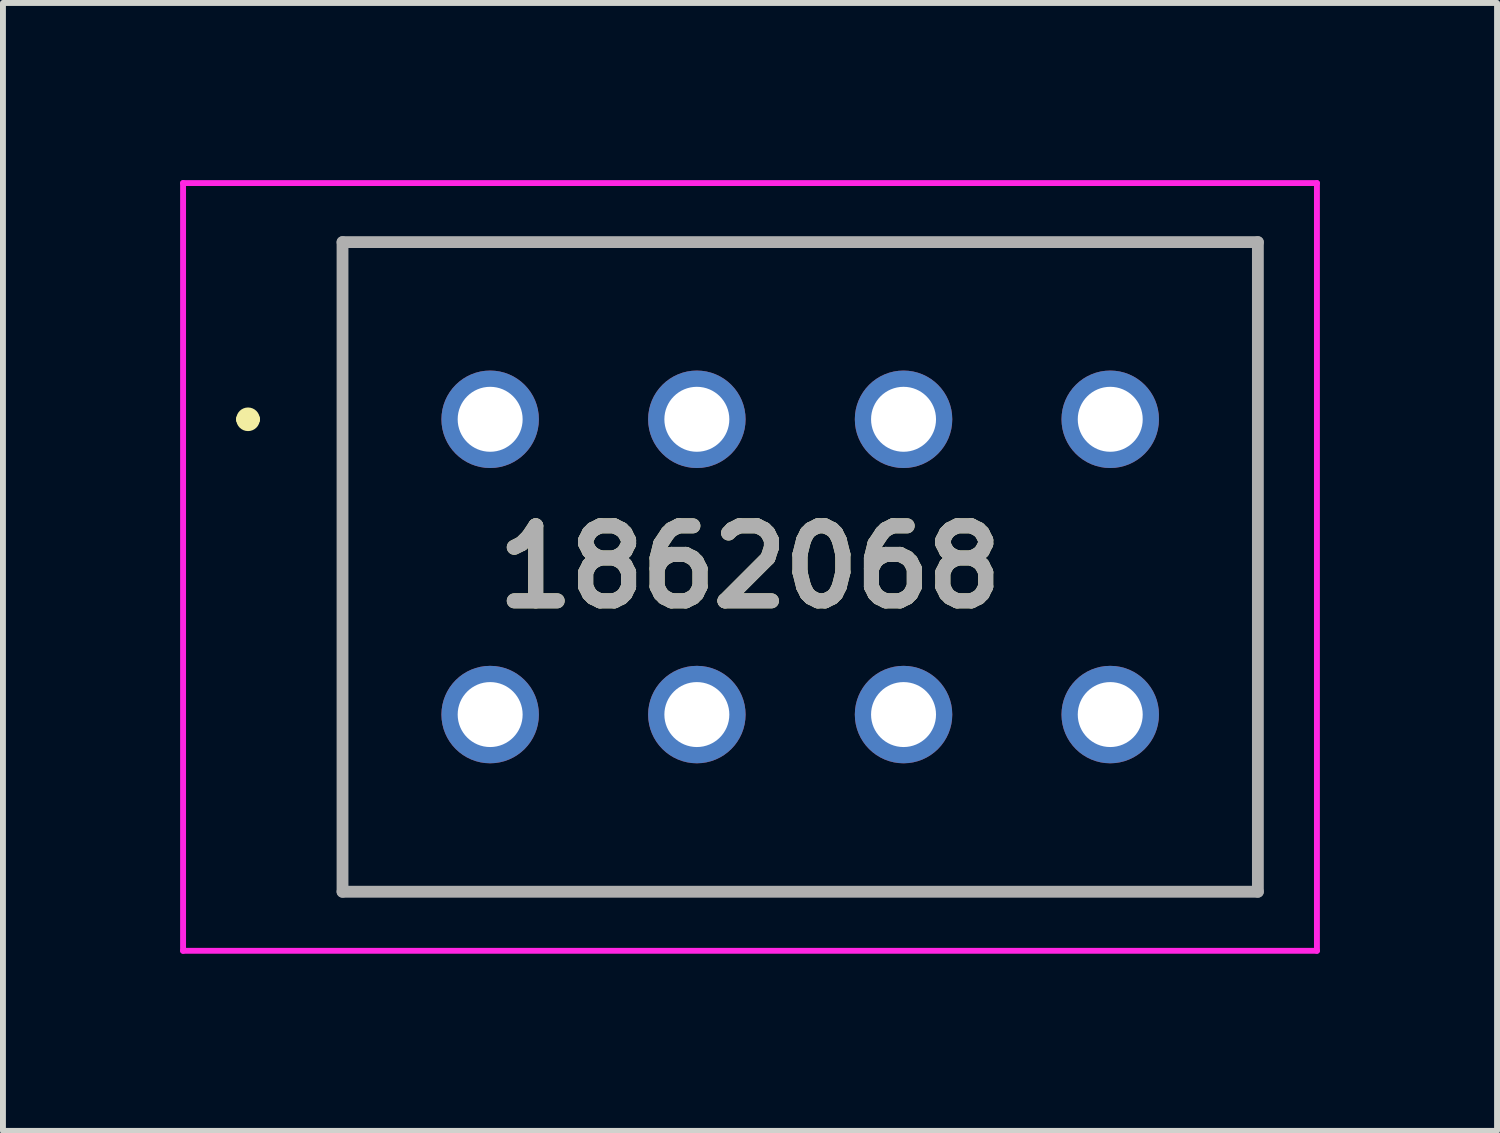
<source format=kicad_pcb>
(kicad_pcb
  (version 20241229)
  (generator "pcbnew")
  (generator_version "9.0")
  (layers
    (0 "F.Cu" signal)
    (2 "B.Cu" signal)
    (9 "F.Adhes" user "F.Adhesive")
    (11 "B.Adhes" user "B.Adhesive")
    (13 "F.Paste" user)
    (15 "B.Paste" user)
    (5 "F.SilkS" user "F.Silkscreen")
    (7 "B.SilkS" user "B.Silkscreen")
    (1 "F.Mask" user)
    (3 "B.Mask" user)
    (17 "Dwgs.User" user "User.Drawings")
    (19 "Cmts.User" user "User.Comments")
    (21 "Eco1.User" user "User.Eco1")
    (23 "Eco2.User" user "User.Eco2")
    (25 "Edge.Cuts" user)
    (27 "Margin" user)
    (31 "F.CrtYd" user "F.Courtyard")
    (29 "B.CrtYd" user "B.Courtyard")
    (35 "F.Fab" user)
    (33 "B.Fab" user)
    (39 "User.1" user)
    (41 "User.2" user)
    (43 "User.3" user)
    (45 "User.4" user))
  (footprint "1862068"
    (layer "F.Cu")
    (at 5.25 4.05)
    (property "Reference" "1862068" (at 4.4 2.5 0) (layer "F.SilkS") (effects (font (size 1.27 1.27) (thickness 0.254))))
    (attr through_hole)
    (fp_line (start -4.2 0) (end -4.2 0) (stroke (width 0.2) (type solid)) (layer "F.SilkS"))
    (fp_line (start -4 0) (end -4 0) (stroke (width 0.2) (type solid)) (layer "F.SilkS"))
    (fp_line (start -2.5 -3) (end 13 -3) (stroke (width 0.1) (type solid)) (layer "F.SilkS"))
    (fp_line (start -2.5 8) (end -2.5 -3) (stroke (width 0.1) (type solid)) (layer "F.SilkS"))
    (fp_line (start 13 -3) (end 13 8) (stroke (width 0.1) (type solid)) (layer "F.SilkS"))
    (fp_line (start 13 8) (end -2.5 8) (stroke (width 0.1) (type solid)) (layer "F.SilkS"))
    (fp_arc (start -4.2 0) (mid -4.1 -0.1) (end -4 0) (stroke (width 0.2) (type solid)) (layer "F.SilkS"))
    (fp_arc (start -4 0) (mid -4.1 0.1) (end -4.2 0) (stroke (width 0.2) (type solid)) (layer "F.SilkS"))
    (fp_line (start -5.2 -4) (end 14 -4) (stroke (width 0.1) (type solid)) (layer "F.CrtYd"))
    (fp_line (start -5.2 9) (end -5.2 -4) (stroke (width 0.1) (type solid)) (layer "F.CrtYd"))
    (fp_line (start 14 -4) (end 14 9) (stroke (width 0.1) (type solid)) (layer "F.CrtYd"))
    (fp_line (start 14 9) (end -5.2 9) (stroke (width 0.1) (type solid)) (layer "F.CrtYd"))
    (fp_line (start -2.5 -3) (end 13 -3) (stroke (width 0.2) (type solid)) (layer "F.Fab"))
    (fp_line (start -2.5 8) (end -2.5 -3) (stroke (width 0.2) (type solid)) (layer "F.Fab"))
    (fp_line (start 13 -3) (end 13 8) (stroke (width 0.2) (type solid)) (layer "F.Fab"))
    (fp_line (start 13 8) (end -2.5 8) (stroke (width 0.2) (type solid)) (layer "F.Fab"))
    (fp_text user "${REFERENCE}" (at 4.4 2.5 0) (layer "F.Fab") (effects (font (size 1.27 1.27) (thickness 0.254))))
    (pad "1" thru_hole circle (at 0 0) (size 1.65 1.65) (drill 1.1) (layers "*.Cu" "*.Mask"))
    (pad "2" thru_hole circle (at 0 5) (size 1.65 1.65) (drill 1.1) (layers "*.Cu" "*.Mask"))
    (pad "3" thru_hole circle (at 3.5 0) (size 1.65 1.65) (drill 1.1) (layers "*.Cu" "*.Mask"))
    (pad "4" thru_hole circle (at 3.5 5) (size 1.65 1.65) (drill 1.1) (layers "*.Cu" "*.Mask"))
    (pad "5" thru_hole circle (at 7 0) (size 1.65 1.65) (drill 1.1) (layers "*.Cu" "*.Mask"))
    (pad "6" thru_hole circle (at 7 5) (size 1.65 1.65) (drill 1.1) (layers "*.Cu" "*.Mask"))
    (pad "7" thru_hole circle (at 10.5 0) (size 1.65 1.65) (drill 1.1) (layers "*.Cu" "*.Mask"))
    (pad "8" thru_hole circle (at 10.5 5) (size 1.65 1.65) (drill 1.1) (layers "*.Cu" "*.Mask")))
  (gr_rect
    (start -3 -3)
    (end 22.3 16.1)
    (stroke (width 0.1) (type default))
    (fill no)
    (layer "Edge.Cuts")))
</source>
